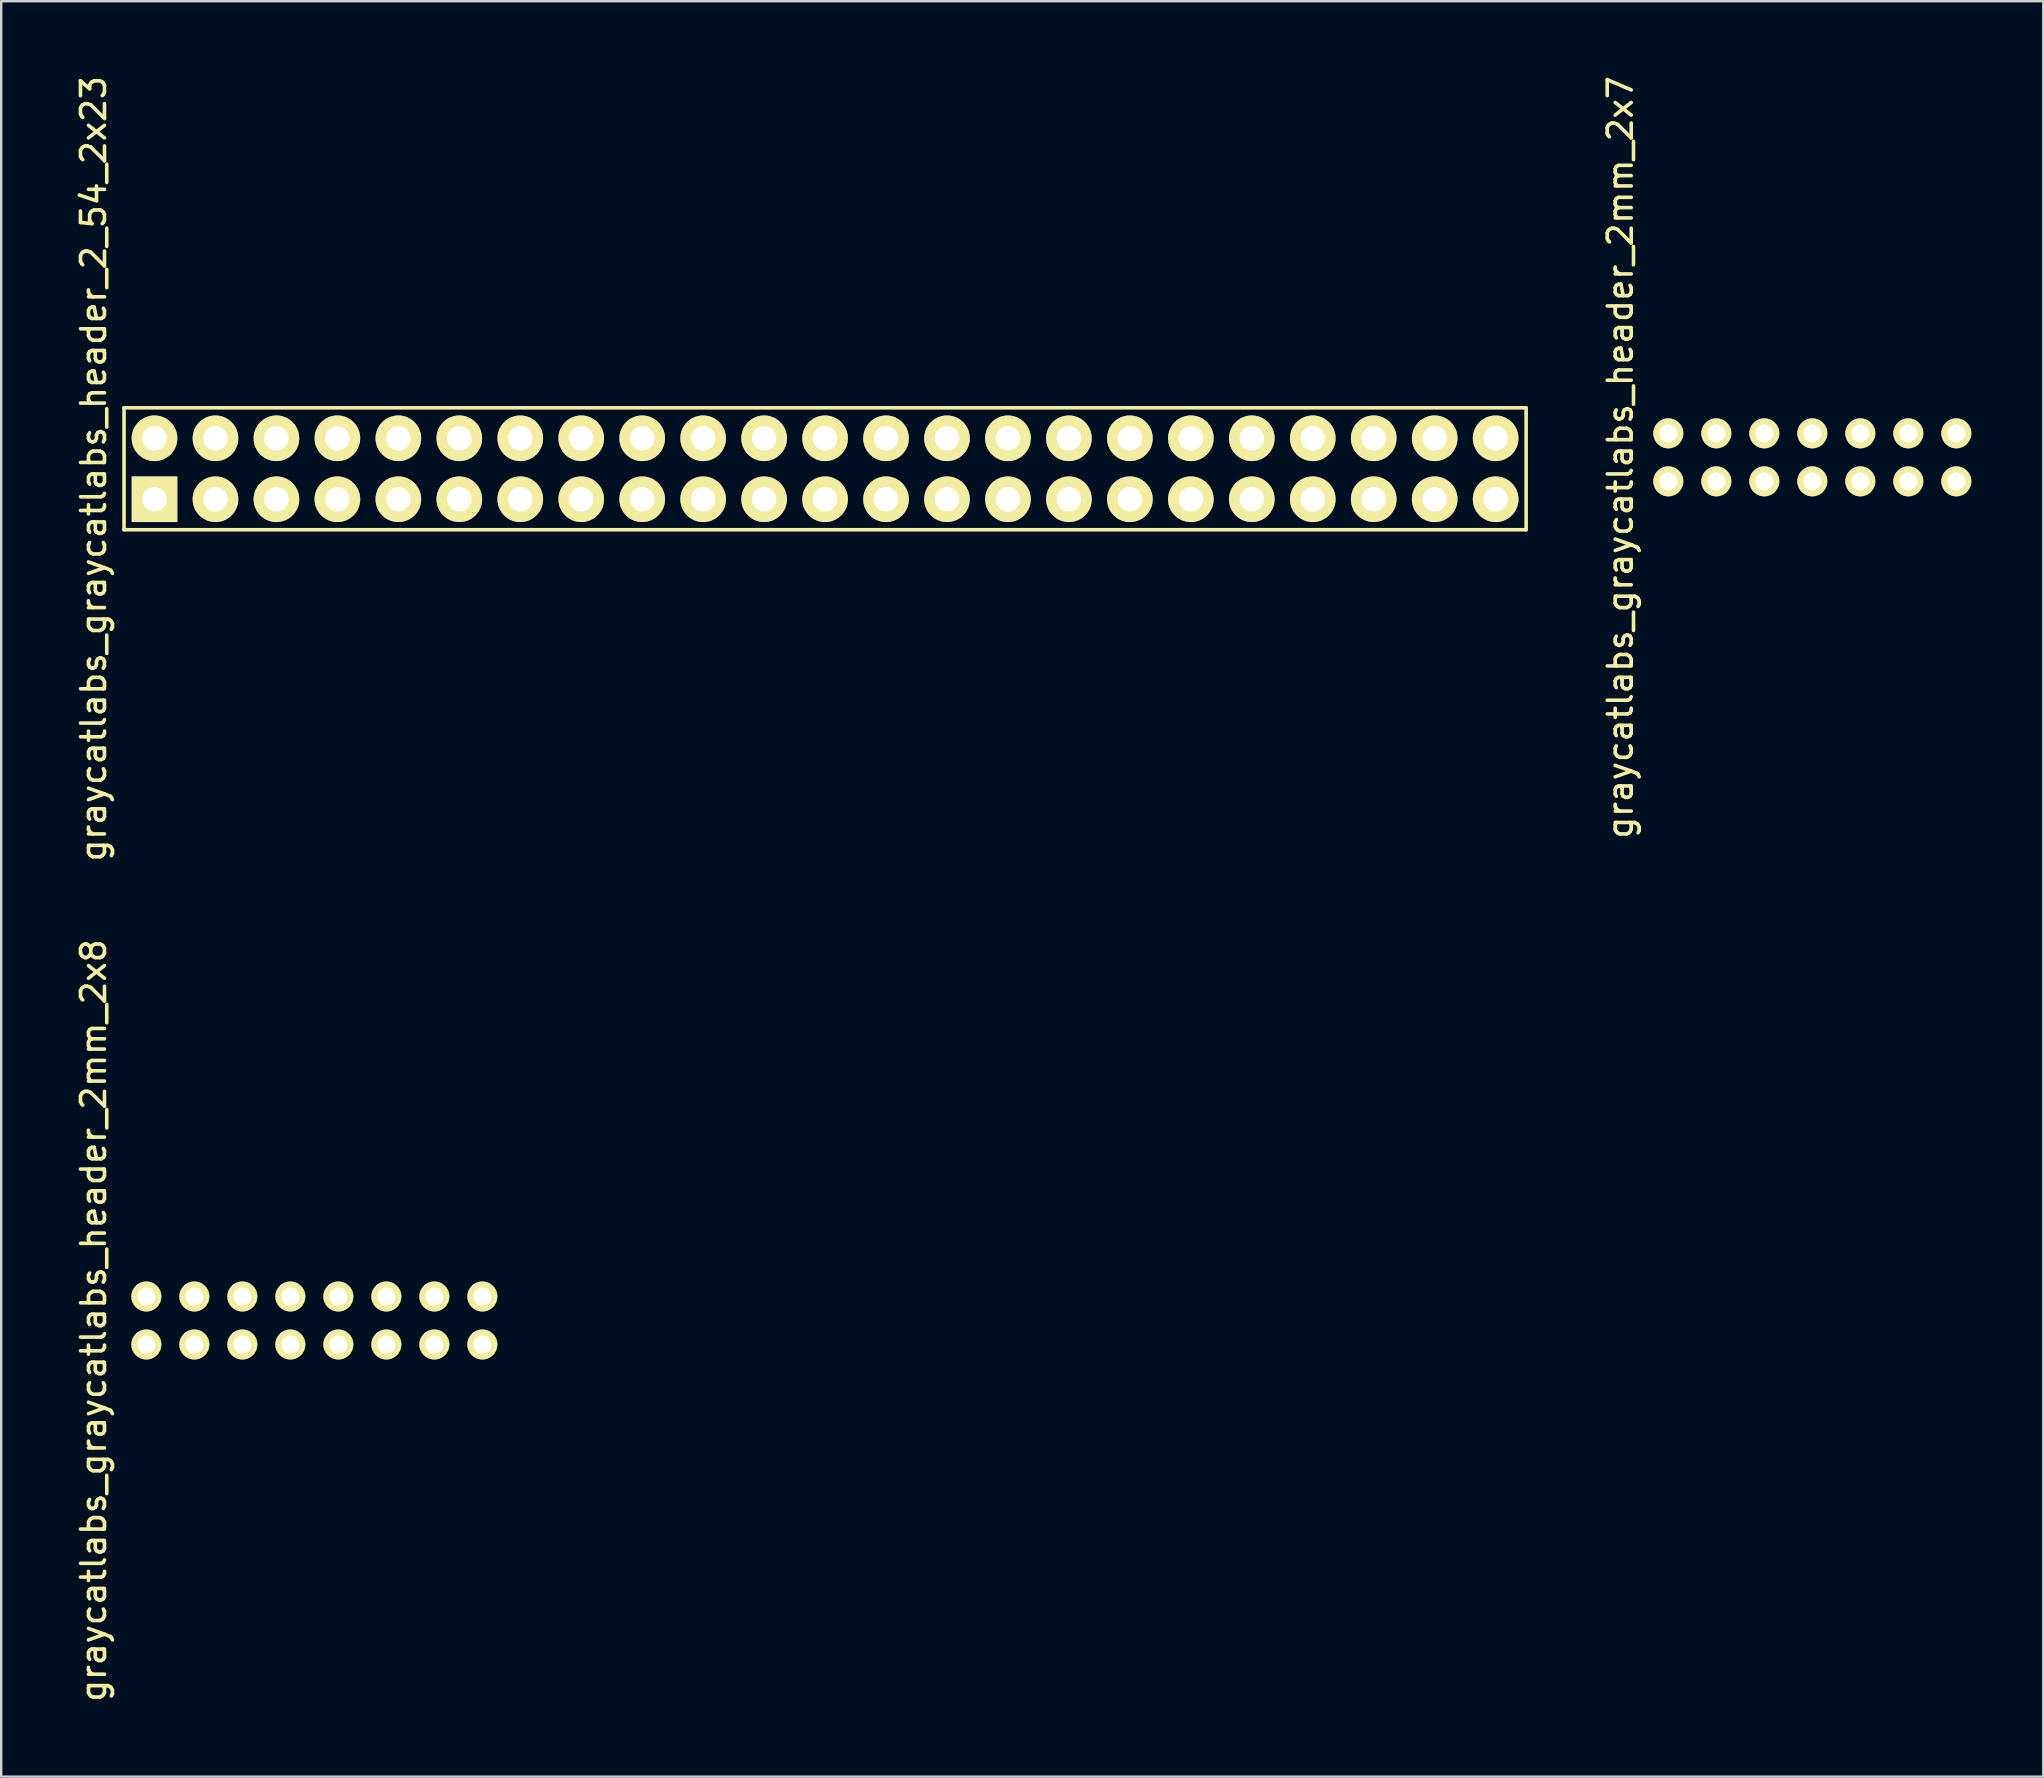
<source format=kicad_pcb>
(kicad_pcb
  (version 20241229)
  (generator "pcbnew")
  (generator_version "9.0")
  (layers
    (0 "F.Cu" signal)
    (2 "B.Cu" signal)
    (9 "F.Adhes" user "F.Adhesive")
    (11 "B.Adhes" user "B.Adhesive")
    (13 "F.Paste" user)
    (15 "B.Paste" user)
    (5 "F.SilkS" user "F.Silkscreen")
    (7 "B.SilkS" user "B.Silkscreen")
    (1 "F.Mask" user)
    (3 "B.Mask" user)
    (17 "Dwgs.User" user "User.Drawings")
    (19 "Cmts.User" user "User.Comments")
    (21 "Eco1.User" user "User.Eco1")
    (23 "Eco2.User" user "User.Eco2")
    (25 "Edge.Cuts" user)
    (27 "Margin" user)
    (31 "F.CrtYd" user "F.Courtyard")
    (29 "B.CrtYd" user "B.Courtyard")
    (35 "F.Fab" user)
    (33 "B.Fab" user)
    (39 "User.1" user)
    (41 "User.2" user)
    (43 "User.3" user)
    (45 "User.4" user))
  (footprint "graycatlabs_graycatlabs_header_2mm_2x7"
    (layer "F.Cu")
    (at 66.462 17.006)
    (property "Reference" "graycatlabs_graycatlabs_header_2mm_2x7" (at -2 -1 90) (layer "F.SilkS") (effects (font (size 1 1) (thickness 0.15))))
    (attr through_hole)
    (pad "1" thru_hole circle (at 0 0) (size 1.25 1.25) (drill 0.75) (layers "*.Cu" "*.Mask" "F.SilkS"))
    (pad "2" thru_hole circle (at 0 -2) (size 1.25 1.25) (drill 0.75) (layers "*.Cu" "*.Mask" "F.SilkS"))
    (pad "3" thru_hole circle (at 2 0) (size 1.25 1.25) (drill 0.75) (layers "*.Cu" "*.Mask" "F.SilkS"))
    (pad "4" thru_hole circle (at 2 -2) (size 1.25 1.25) (drill 0.75) (layers "*.Cu" "*.Mask" "F.SilkS"))
    (pad "5" thru_hole circle (at 4 0) (size 1.25 1.25) (drill 0.75) (layers "*.Cu" "*.Mask" "F.SilkS"))
    (pad "6" thru_hole circle (at 4 -2) (size 1.25 1.25) (drill 0.75) (layers "*.Cu" "*.Mask" "F.SilkS"))
    (pad "7" thru_hole circle (at 6 0) (size 1.25 1.25) (drill 0.75) (layers "*.Cu" "*.Mask" "F.SilkS"))
    (pad "8" thru_hole circle (at 6 -2) (size 1.25 1.25) (drill 0.75) (layers "*.Cu" "*.Mask" "F.SilkS"))
    (pad "9" thru_hole circle (at 8 0) (size 1.25 1.25) (drill 0.75) (layers "*.Cu" "*.Mask" "F.SilkS"))
    (pad "10" thru_hole circle (at 8 -2) (size 1.25 1.25) (drill 0.75) (layers "*.Cu" "*.Mask" "F.SilkS"))
    (pad "11" thru_hole circle (at 10 0) (size 1.25 1.25) (drill 0.75) (layers "*.Cu" "*.Mask" "F.SilkS"))
    (pad "12" thru_hole circle (at 10 -2) (size 1.25 1.25) (drill 0.75) (layers "*.Cu" "*.Mask" "F.SilkS"))
    (pad "13" thru_hole circle (at 12 0) (size 1.25 1.25) (drill 0.75) (layers "*.Cu" "*.Mask" "F.SilkS"))
    (pad "14" thru_hole circle (at 12 -2) (size 1.25 1.25) (drill 0.75) (layers "*.Cu" "*.Mask" "F.SilkS")))
  (footprint "graycatlabs_graycatlabs_header_2mm_2x8"
    (layer "F.Cu")
    (at 3.048 52.97)
    (property "Reference" "graycatlabs_graycatlabs_header_2mm_2x8" (at -2.2 -1 90) (layer "F.SilkS") (effects (font (size 1 1) (thickness 0.15))))
    (attr through_hole)
    (pad "1" thru_hole circle (at 0 0) (size 1.25 1.25) (drill 0.75) (layers "*.Cu" "*.Mask" "F.SilkS"))
    (pad "2" thru_hole circle (at 0 -2) (size 1.25 1.25) (drill 0.75) (layers "*.Cu" "*.Mask" "F.SilkS"))
    (pad "3" thru_hole circle (at 2 0) (size 1.25 1.25) (drill 0.75) (layers "*.Cu" "*.Mask" "F.SilkS"))
    (pad "4" thru_hole circle (at 2 -2) (size 1.25 1.25) (drill 0.75) (layers "*.Cu" "*.Mask" "F.SilkS"))
    (pad "5" thru_hole circle (at 4 0) (size 1.25 1.25) (drill 0.75) (layers "*.Cu" "*.Mask" "F.SilkS"))
    (pad "6" thru_hole circle (at 4 -2) (size 1.25 1.25) (drill 0.75) (layers "*.Cu" "*.Mask" "F.SilkS"))
    (pad "7" thru_hole circle (at 6 0) (size 1.25 1.25) (drill 0.75) (layers "*.Cu" "*.Mask" "F.SilkS"))
    (pad "8" thru_hole circle (at 6 -2) (size 1.25 1.25) (drill 0.75) (layers "*.Cu" "*.Mask" "F.SilkS"))
    (pad "9" thru_hole circle (at 8 0) (size 1.25 1.25) (drill 0.75) (layers "*.Cu" "*.Mask" "F.SilkS"))
    (pad "10" thru_hole circle (at 8 -2) (size 1.25 1.25) (drill 0.75) (layers "*.Cu" "*.Mask" "F.SilkS"))
    (pad "11" thru_hole circle (at 10 0) (size 1.25 1.25) (drill 0.75) (layers "*.Cu" "*.Mask" "F.SilkS"))
    (pad "12" thru_hole circle (at 10 -2) (size 1.25 1.25) (drill 0.75) (layers "*.Cu" "*.Mask" "F.SilkS"))
    (pad "13" thru_hole circle (at 12 0) (size 1.25 1.25) (drill 0.75) (layers "*.Cu" "*.Mask" "F.SilkS"))
    (pad "14" thru_hole circle (at 12 -2) (size 1.25 1.25) (drill 0.75) (layers "*.Cu" "*.Mask" "F.SilkS"))
    (pad "15" thru_hole circle (at 14 0) (size 1.25 1.25) (drill 0.75) (layers "*.Cu" "*.Mask" "F.SilkS"))
    (pad "16" thru_hole circle (at 14 -2) (size 1.25 1.25) (drill 0.75) (layers "*.Cu" "*.Mask" "F.SilkS")))
  (footprint "graycatlabs_graycatlabs_header_2_54_2x23"
    (layer "F.Cu")
    (at 3.388 17.752)
    (property "Reference" "graycatlabs_graycatlabs_header_2_54_2x23" (at -2.54 -1.27 90) (layer "F.SilkS") (effects (font (size 1 1) (thickness 0.15))))
    (attr through_hole)
    (fp_line (start -1.27 -3.81) (end -1.27 1.27) (stroke (width 0.15) (type solid)) (layer "F.SilkS"))
    (fp_line (start -1.27 1.27) (end 57.15 1.27) (stroke (width 0.15) (type solid)) (layer "F.SilkS"))
    (fp_line (start 57.15 -3.81) (end -1.27 -3.81) (stroke (width 0.15) (type solid)) (layer "F.SilkS"))
    (fp_line (start 57.15 -3.81) (end 57.15 1.27) (stroke (width 0.15) (type solid)) (layer "F.SilkS"))
    (pad "1" thru_hole rect (at 0 0) (size 1.9 1.9) (drill 1.016) (layers "*.Cu" "*.Mask" "F.SilkS"))
    (pad "2" thru_hole circle (at 0 -2.54) (size 1.9 1.9) (drill 1.016) (layers "*.Cu" "*.Mask" "F.SilkS"))
    (pad "3" thru_hole circle (at 2.54 0) (size 1.9 1.9) (drill 1.016) (layers "*.Cu" "*.Mask" "F.SilkS"))
    (pad "4" thru_hole circle (at 2.54 -2.54) (size 1.9 1.9) (drill 1.016) (layers "*.Cu" "*.Mask" "F.SilkS"))
    (pad "5" thru_hole circle (at 5.08 0) (size 1.9 1.9) (drill 1.016) (layers "*.Cu" "*.Mask" "F.SilkS"))
    (pad "6" thru_hole circle (at 5.08 -2.54) (size 1.9 1.9) (drill 1.016) (layers "*.Cu" "*.Mask" "F.SilkS"))
    (pad "7" thru_hole circle (at 7.62 0) (size 1.9 1.9) (drill 1.016) (layers "*.Cu" "*.Mask" "F.SilkS"))
    (pad "8" thru_hole circle (at 7.62 -2.54) (size 1.9 1.9) (drill 1.016) (layers "*.Cu" "*.Mask" "F.SilkS"))
    (pad "9" thru_hole circle (at 10.16 0) (size 1.9 1.9) (drill 1.016) (layers "*.Cu" "*.Mask" "F.SilkS"))
    (pad "10" thru_hole circle (at 10.16 -2.54) (size 1.9 1.9) (drill 1.016) (layers "*.Cu" "*.Mask" "F.SilkS"))
    (pad "11" thru_hole circle (at 12.7 0) (size 1.9 1.9) (drill 1.016) (layers "*.Cu" "*.Mask" "F.SilkS"))
    (pad "12" thru_hole circle (at 12.7 -2.54) (size 1.9 1.9) (drill 1.016) (layers "*.Cu" "*.Mask" "F.SilkS"))
    (pad "13" thru_hole circle (at 15.24 0) (size 1.9 1.9) (drill 1.016) (layers "*.Cu" "*.Mask" "F.SilkS"))
    (pad "14" thru_hole circle (at 15.24 -2.54) (size 1.9 1.9) (drill 1.016) (layers "*.Cu" "*.Mask" "F.SilkS"))
    (pad "15" thru_hole circle (at 17.78 0) (size 1.9 1.9) (drill 1.016) (layers "*.Cu" "*.Mask" "F.SilkS"))
    (pad "16" thru_hole circle (at 17.78 -2.54) (size 1.9 1.9) (drill 1.016) (layers "*.Cu" "*.Mask" "F.SilkS"))
    (pad "17" thru_hole circle (at 20.32 0) (size 1.9 1.9) (drill 1.016) (layers "*.Cu" "*.Mask" "F.SilkS"))
    (pad "18" thru_hole circle (at 20.32 -2.54) (size 1.9 1.9) (drill 1.016) (layers "*.Cu" "*.Mask" "F.SilkS"))
    (pad "19" thru_hole circle (at 22.86 0) (size 1.9 1.9) (drill 1.016) (layers "*.Cu" "*.Mask" "F.SilkS"))
    (pad "20" thru_hole circle (at 22.86 -2.54) (size 1.9 1.9) (drill 1.016) (layers "*.Cu" "*.Mask" "F.SilkS"))
    (pad "21" thru_hole circle (at 25.4 0) (size 1.9 1.9) (drill 1.016) (layers "*.Cu" "*.Mask" "F.SilkS"))
    (pad "22" thru_hole circle (at 25.4 -2.54) (size 1.9 1.9) (drill 1.016) (layers "*.Cu" "*.Mask" "F.SilkS"))
    (pad "23" thru_hole circle (at 27.94 0) (size 1.9 1.9) (drill 1.016) (layers "*.Cu" "*.Mask" "F.SilkS"))
    (pad "24" thru_hole circle (at 27.94 -2.54) (size 1.9 1.9) (drill 1.016) (layers "*.Cu" "*.Mask" "F.SilkS"))
    (pad "25" thru_hole circle (at 30.48 0) (size 1.9 1.9) (drill 1.016) (layers "*.Cu" "*.Mask" "F.SilkS"))
    (pad "26" thru_hole circle (at 30.48 -2.54) (size 1.9 1.9) (drill 1.016) (layers "*.Cu" "*.Mask" "F.SilkS"))
    (pad "27" thru_hole circle (at 33.02 0) (size 1.9 1.9) (drill 1.016) (layers "*.Cu" "*.Mask" "F.SilkS"))
    (pad "28" thru_hole circle (at 33.02 -2.54) (size 1.9 1.9) (drill 1.016) (layers "*.Cu" "*.Mask" "F.SilkS"))
    (pad "29" thru_hole circle (at 35.56 0) (size 1.9 1.9) (drill 1.016) (layers "*.Cu" "*.Mask" "F.SilkS"))
    (pad "30" thru_hole circle (at 35.56 -2.54) (size 1.9 1.9) (drill 1.016) (layers "*.Cu" "*.Mask" "F.SilkS"))
    (pad "31" thru_hole circle (at 38.1 0) (size 1.9 1.9) (drill 1.016) (layers "*.Cu" "*.Mask" "F.SilkS"))
    (pad "32" thru_hole circle (at 38.1 -2.54) (size 1.9 1.9) (drill 1.016) (layers "*.Cu" "*.Mask" "F.SilkS"))
    (pad "33" thru_hole circle (at 40.64 0) (size 1.9 1.9) (drill 1.016) (layers "*.Cu" "*.Mask" "F.SilkS"))
    (pad "34" thru_hole circle (at 40.64 -2.54) (size 1.9 1.9) (drill 1.016) (layers "*.Cu" "*.Mask" "F.SilkS"))
    (pad "35" thru_hole circle (at 43.18 0) (size 1.9 1.9) (drill 1.016) (layers "*.Cu" "*.Mask" "F.SilkS"))
    (pad "36" thru_hole circle (at 43.18 -2.54) (size 1.9 1.9) (drill 1.016) (layers "*.Cu" "*.Mask" "F.SilkS"))
    (pad "37" thru_hole circle (at 45.72 0) (size 1.9 1.9) (drill 1.016) (layers "*.Cu" "*.Mask" "F.SilkS"))
    (pad "38" thru_hole circle (at 45.72 -2.54) (size 1.9 1.9) (drill 1.016) (layers "*.Cu" "*.Mask" "F.SilkS"))
    (pad "39" thru_hole circle (at 48.26 0) (size 1.9 1.9) (drill 1.016) (layers "*.Cu" "*.Mask" "F.SilkS"))
    (pad "40" thru_hole circle (at 48.26 -2.54) (size 1.9 1.9) (drill 1.016) (layers "*.Cu" "*.Mask" "F.SilkS"))
    (pad "41" thru_hole circle (at 50.8 0) (size 1.9 1.9) (drill 1.016) (layers "*.Cu" "*.Mask" "F.SilkS"))
    (pad "42" thru_hole circle (at 50.8 -2.54) (size 1.9 1.9) (drill 1.016) (layers "*.Cu" "*.Mask" "F.SilkS"))
    (pad "43" thru_hole circle (at 53.34 0) (size 1.9 1.9) (drill 1.016) (layers "*.Cu" "*.Mask" "F.SilkS"))
    (pad "44" thru_hole circle (at 53.34 -2.54) (size 1.9 1.9) (drill 1.016) (layers "*.Cu" "*.Mask" "F.SilkS"))
    (pad "45" thru_hole circle (at 55.88 0) (size 1.9 1.9) (drill 1.016) (layers "*.Cu" "*.Mask" "F.SilkS"))
    (pad "46" thru_hole circle (at 55.88 -2.54) (size 1.9 1.9) (drill 1.016) (layers "*.Cu" "*.Mask" "F.SilkS")))
  (gr_rect
    (start -3 -3)
    (end 82.087 70.976)
    (stroke (width 0.1) (type default))
    (fill no)
    (layer "Edge.Cuts")))
</source>
